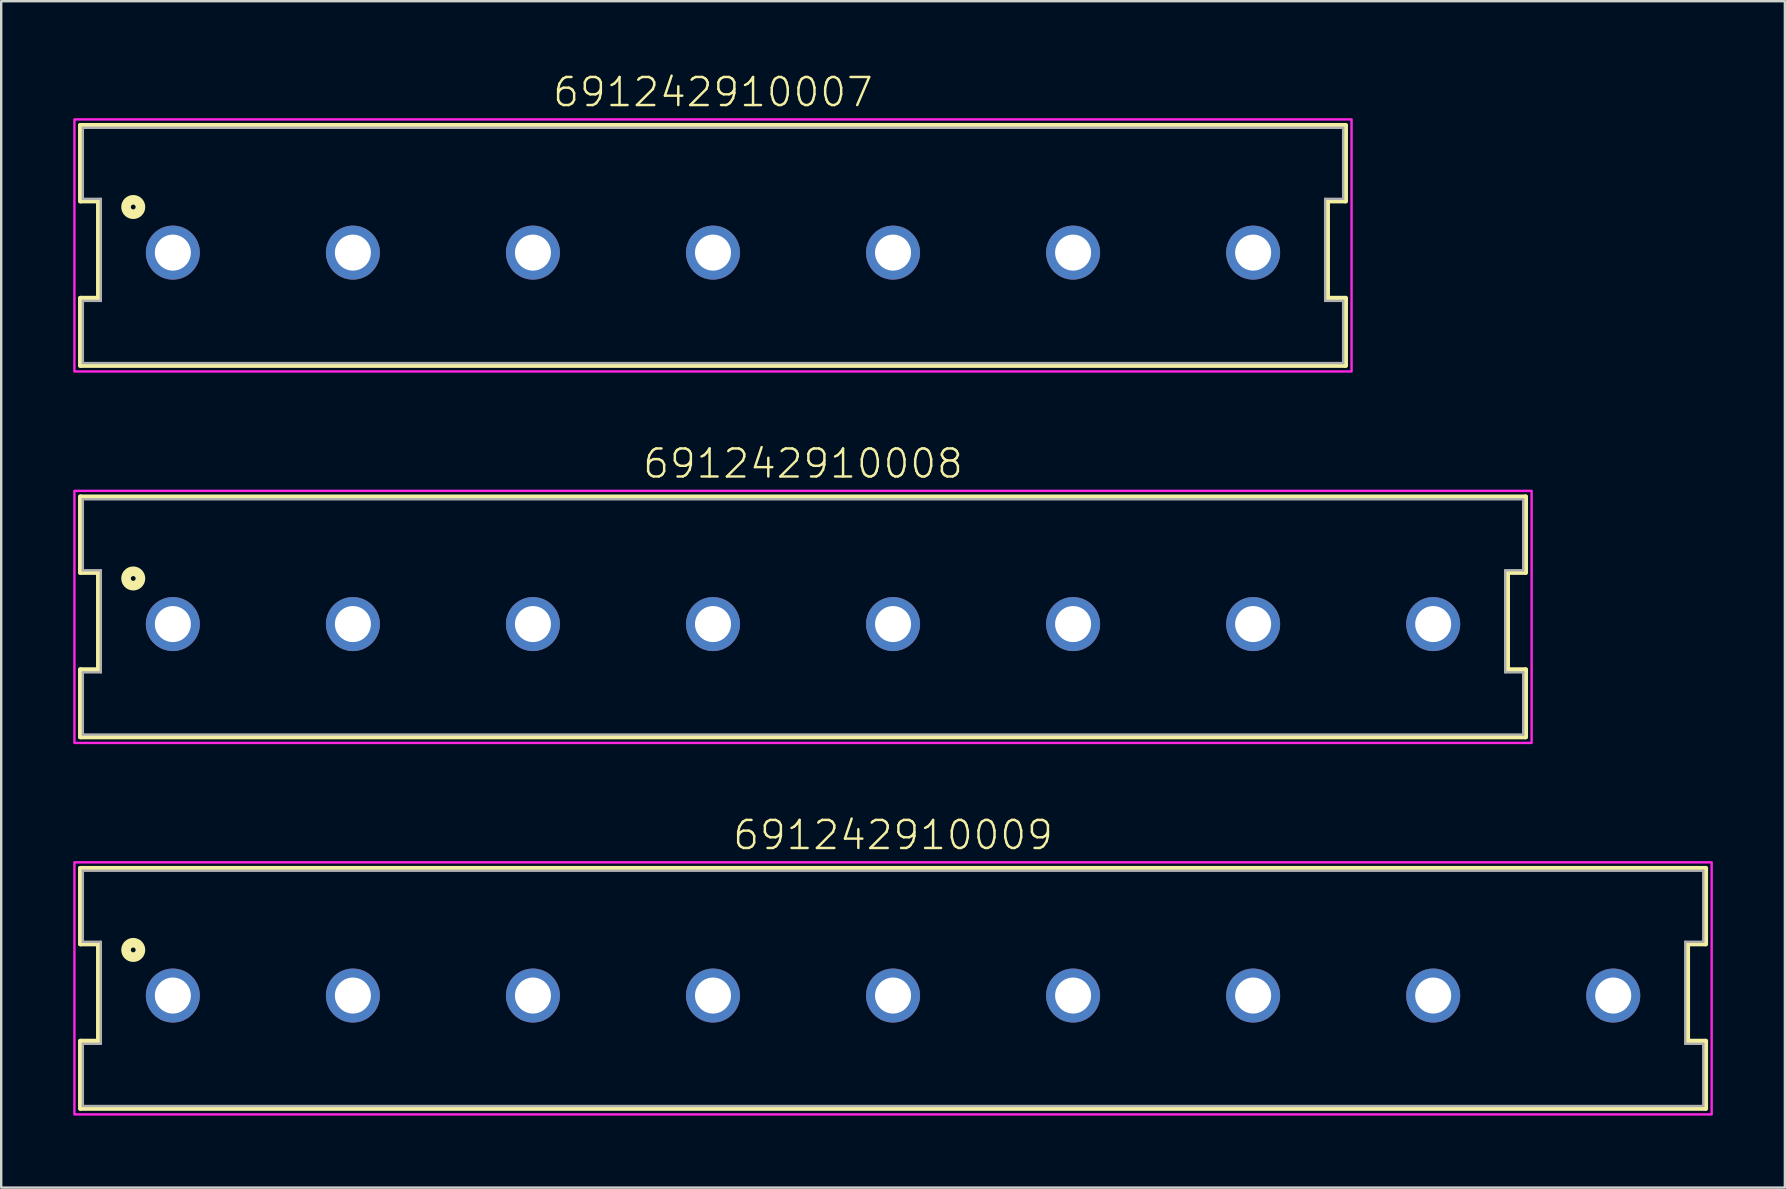
<source format=kicad_pcb>
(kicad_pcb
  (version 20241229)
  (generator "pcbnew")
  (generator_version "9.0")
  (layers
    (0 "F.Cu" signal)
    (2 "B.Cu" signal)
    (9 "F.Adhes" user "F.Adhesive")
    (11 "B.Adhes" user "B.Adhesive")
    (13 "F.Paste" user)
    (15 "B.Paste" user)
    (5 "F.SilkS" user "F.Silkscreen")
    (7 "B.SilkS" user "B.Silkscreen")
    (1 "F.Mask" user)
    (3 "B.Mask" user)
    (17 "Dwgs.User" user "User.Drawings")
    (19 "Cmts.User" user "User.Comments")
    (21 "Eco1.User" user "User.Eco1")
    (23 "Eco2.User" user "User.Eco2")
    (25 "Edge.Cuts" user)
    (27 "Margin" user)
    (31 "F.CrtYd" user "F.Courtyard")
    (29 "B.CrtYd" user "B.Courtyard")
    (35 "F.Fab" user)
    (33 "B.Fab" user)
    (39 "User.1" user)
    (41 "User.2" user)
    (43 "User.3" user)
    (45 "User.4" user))
  (footprint "691242910008"
    (layer "F.Cu")
    (at 30.4 22.946)
    (property "Reference" "691242910008" (at 0 -6 0) (unlocked yes) (layer "F.SilkS") (effects (font (size 1.168 1.168) (thickness 0.102)) (justify bottom)))
    (fp_line (start -30.1 -5.3) (end 30.1 -5.3) (stroke (width 0.2) (type solid)) (layer "F.SilkS"))
    (fp_line (start -30.1 -2.15) (end -30.1 -5.3) (stroke (width 0.2) (type solid)) (layer "F.SilkS"))
    (fp_line (start -30.1 1.9) (end -29.35 1.9) (stroke (width 0.2) (type solid)) (layer "F.SilkS"))
    (fp_line (start -30.1 4.7) (end -30.1 1.9) (stroke (width 0.2) (type solid)) (layer "F.SilkS"))
    (fp_line (start -29.35 -2.15) (end -30.1 -2.15) (stroke (width 0.2) (type solid)) (layer "F.SilkS"))
    (fp_line (start -29.35 1.9) (end -29.35 -2.15) (stroke (width 0.2) (type solid)) (layer "F.SilkS"))
    (fp_line (start 29.35 -2.15) (end 29.35 1.9) (stroke (width 0.2) (type solid)) (layer "F.SilkS"))
    (fp_line (start 29.35 1.9) (end 30.1 1.9) (stroke (width 0.2) (type solid)) (layer "F.SilkS"))
    (fp_line (start 30.1 -5.3) (end 30.1 -2.15) (stroke (width 0.2) (type solid)) (layer "F.SilkS"))
    (fp_line (start 30.1 -2.15) (end 29.35 -2.15) (stroke (width 0.2) (type solid)) (layer "F.SilkS"))
    (fp_line (start 30.1 1.9) (end 30.1 4.7) (stroke (width 0.2) (type solid)) (layer "F.SilkS"))
    (fp_line (start 30.1 4.7) (end -30.1 4.7) (stroke (width 0.2) (type solid)) (layer "F.SilkS"))
    (fp_circle (center -27.9 -1.9) (end -27.8 -1.9) (stroke (width 0.4) (type solid)) (fill no) (layer "F.SilkS"))
    (fp_poly (pts (xy 30.35 4.95) (xy -30.35 4.95) (xy -30.35 -5.55) (xy 30.35 -5.55)) (stroke (width 0.1) (type default)) (fill no) (layer "F.CrtYd"))
    (fp_line (start -30 -5.2) (end -30 -2.24) (stroke (width 0.1) (type solid)) (layer "F.Fab"))
    (fp_line (start -30 -5.2) (end 30 -5.2) (stroke (width 0.1) (type solid)) (layer "F.Fab"))
    (fp_line (start -30 -2.24) (end -29.25 -2.24) (stroke (width 0.1) (type solid)) (layer "F.Fab"))
    (fp_line (start -30 2.01) (end -30 4.6) (stroke (width 0.1) (type solid)) (layer "F.Fab"))
    (fp_line (start -30 4.6) (end 30 4.6) (stroke (width 0.1) (type solid)) (layer "F.Fab"))
    (fp_line (start -29.25 -2.24) (end -29.25 2.01) (stroke (width 0.1) (type solid)) (layer "F.Fab"))
    (fp_line (start -29.25 2.01) (end -30 2.01) (stroke (width 0.1) (type solid)) (layer "F.Fab"))
    (fp_line (start 29.25 -2.24) (end 29.25 2.01) (stroke (width 0.1) (type solid)) (layer "F.Fab"))
    (fp_line (start 29.25 2.01) (end 30 2.01) (stroke (width 0.1) (type solid)) (layer "F.Fab"))
    (fp_line (start 30 -5.2) (end 30 -2.24) (stroke (width 0.1) (type solid)) (layer "F.Fab"))
    (fp_line (start 30 -2.24) (end 29.25 -2.24) (stroke (width 0.1) (type solid)) (layer "F.Fab"))
    (fp_line (start 30 2.01) (end 30 4.6) (stroke (width 0.1) (type solid)) (layer "F.Fab"))
    (pad "1" thru_hole circle (at -26.25 0) (size 2.25 2.25) (drill 1.5) (layers "*.Cu" "*.Mask"))
    (pad "2" thru_hole circle (at -18.75 0) (size 2.25 2.25) (drill 1.5) (layers "*.Cu" "*.Mask"))
    (pad "3" thru_hole circle (at -11.25 0) (size 2.25 2.25) (drill 1.5) (layers "*.Cu" "*.Mask"))
    (pad "4" thru_hole circle (at -3.75 0) (size 2.25 2.25) (drill 1.5) (layers "*.Cu" "*.Mask"))
    (pad "5" thru_hole circle (at 3.75 0) (size 2.25 2.25) (drill 1.5) (layers "*.Cu" "*.Mask"))
    (pad "6" thru_hole circle (at 11.25 0) (size 2.25 2.25) (drill 1.5) (layers "*.Cu" "*.Mask"))
    (pad "7" thru_hole circle (at 18.75 0) (size 2.25 2.25) (drill 1.5) (layers "*.Cu" "*.Mask"))
    (pad "8" thru_hole circle (at 26.25 0) (size 2.25 2.25) (drill 1.5) (layers "*.Cu" "*.Mask")))
  (footprint "691242910007"
    (layer "F.Cu")
    (at 26.65 7.473)
    (property "Reference" "691242910007" (at 0 -6 0) (unlocked yes) (layer "F.SilkS") (effects (font (size 1.168 1.168) (thickness 0.102)) (justify bottom)))
    (fp_line (start -26.35 -5.3) (end 26.35 -5.3) (stroke (width 0.2) (type solid)) (layer "F.SilkS"))
    (fp_line (start -26.35 -2.15) (end -26.35 -5.3) (stroke (width 0.2) (type solid)) (layer "F.SilkS"))
    (fp_line (start -26.35 1.9) (end -25.6 1.9) (stroke (width 0.2) (type solid)) (layer "F.SilkS"))
    (fp_line (start -26.35 4.7) (end -26.35 1.9) (stroke (width 0.2) (type solid)) (layer "F.SilkS"))
    (fp_line (start -25.6 -2.15) (end -26.35 -2.15) (stroke (width 0.2) (type solid)) (layer "F.SilkS"))
    (fp_line (start -25.6 1.9) (end -25.6 -2.15) (stroke (width 0.2) (type solid)) (layer "F.SilkS"))
    (fp_line (start 25.6 -2.15) (end 25.6 1.9) (stroke (width 0.2) (type solid)) (layer "F.SilkS"))
    (fp_line (start 25.6 1.9) (end 26.35 1.9) (stroke (width 0.2) (type solid)) (layer "F.SilkS"))
    (fp_line (start 26.35 -5.3) (end 26.35 -2.15) (stroke (width 0.2) (type solid)) (layer "F.SilkS"))
    (fp_line (start 26.35 -2.15) (end 25.6 -2.15) (stroke (width 0.2) (type solid)) (layer "F.SilkS"))
    (fp_line (start 26.35 1.9) (end 26.35 4.7) (stroke (width 0.2) (type solid)) (layer "F.SilkS"))
    (fp_line (start 26.35 4.7) (end -26.35 4.7) (stroke (width 0.2) (type solid)) (layer "F.SilkS"))
    (fp_circle (center -24.15 -1.9) (end -24.05 -1.9) (stroke (width 0.4) (type solid)) (fill no) (layer "F.SilkS"))
    (fp_poly (pts (xy 26.6 4.95) (xy -26.6 4.95) (xy -26.6 -5.55) (xy 26.6 -5.55)) (stroke (width 0.1) (type default)) (fill no) (layer "F.CrtYd"))
    (fp_line (start -26.25 -5.2) (end -26.25 -2.24) (stroke (width 0.1) (type solid)) (layer "F.Fab"))
    (fp_line (start -26.25 -5.2) (end 26.25 -5.2) (stroke (width 0.1) (type solid)) (layer "F.Fab"))
    (fp_line (start -26.25 -2.24) (end -25.5 -2.24) (stroke (width 0.1) (type solid)) (layer "F.Fab"))
    (fp_line (start -26.25 2.01) (end -26.25 4.6) (stroke (width 0.1) (type solid)) (layer "F.Fab"))
    (fp_line (start -26.25 4.6) (end 26.25 4.6) (stroke (width 0.1) (type solid)) (layer "F.Fab"))
    (fp_line (start -25.5 -2.24) (end -25.5 2.01) (stroke (width 0.1) (type solid)) (layer "F.Fab"))
    (fp_line (start -25.5 2.01) (end -26.25 2.01) (stroke (width 0.1) (type solid)) (layer "F.Fab"))
    (fp_line (start 25.5 -2.24) (end 25.5 2.01) (stroke (width 0.1) (type solid)) (layer "F.Fab"))
    (fp_line (start 25.5 2.01) (end 26.25 2.01) (stroke (width 0.1) (type solid)) (layer "F.Fab"))
    (fp_line (start 26.25 -5.2) (end 26.25 -2.24) (stroke (width 0.1) (type solid)) (layer "F.Fab"))
    (fp_line (start 26.25 -2.24) (end 25.5 -2.24) (stroke (width 0.1) (type solid)) (layer "F.Fab"))
    (fp_line (start 26.25 2.01) (end 26.25 4.6) (stroke (width 0.1) (type solid)) (layer "F.Fab"))
    (pad "1" thru_hole circle (at -22.5 0) (size 2.25 2.25) (drill 1.5) (layers "*.Cu" "*.Mask"))
    (pad "2" thru_hole circle (at -15 0) (size 2.25 2.25) (drill 1.5) (layers "*.Cu" "*.Mask"))
    (pad "3" thru_hole circle (at -7.5 0) (size 2.25 2.25) (drill 1.5) (layers "*.Cu" "*.Mask"))
    (pad "4" thru_hole circle (at 0 0) (size 2.25 2.25) (drill 1.5) (layers "*.Cu" "*.Mask"))
    (pad "5" thru_hole circle (at 7.5 0) (size 2.25 2.25) (drill 1.5) (layers "*.Cu" "*.Mask"))
    (pad "6" thru_hole circle (at 15 0) (size 2.25 2.25) (drill 1.5) (layers "*.Cu" "*.Mask"))
    (pad "7" thru_hole circle (at 22.5 0) (size 2.25 2.25) (drill 1.5) (layers "*.Cu" "*.Mask")))
  (footprint "691242910009"
    (layer "F.Cu")
    (at 34.15 38.42)
    (property "Reference" "691242910009" (at 0 -6 0) (unlocked yes) (layer "F.SilkS") (effects (font (size 1.168 1.168) (thickness 0.102)) (justify bottom)))
    (fp_line (start -33.85 -5.3) (end 33.85 -5.3) (stroke (width 0.2) (type solid)) (layer "F.SilkS"))
    (fp_line (start -33.85 -2.15) (end -33.85 -5.3) (stroke (width 0.2) (type solid)) (layer "F.SilkS"))
    (fp_line (start -33.85 1.9) (end -33.1 1.9) (stroke (width 0.2) (type solid)) (layer "F.SilkS"))
    (fp_line (start -33.85 4.7) (end -33.85 1.9) (stroke (width 0.2) (type solid)) (layer "F.SilkS"))
    (fp_line (start -33.1 -2.15) (end -33.85 -2.15) (stroke (width 0.2) (type solid)) (layer "F.SilkS"))
    (fp_line (start -33.1 1.9) (end -33.1 -2.15) (stroke (width 0.2) (type solid)) (layer "F.SilkS"))
    (fp_line (start 33.1 -2.15) (end 33.1 1.9) (stroke (width 0.2) (type solid)) (layer "F.SilkS"))
    (fp_line (start 33.1 1.9) (end 33.85 1.9) (stroke (width 0.2) (type solid)) (layer "F.SilkS"))
    (fp_line (start 33.85 -5.3) (end 33.85 -2.15) (stroke (width 0.2) (type solid)) (layer "F.SilkS"))
    (fp_line (start 33.85 -2.15) (end 33.1 -2.15) (stroke (width 0.2) (type solid)) (layer "F.SilkS"))
    (fp_line (start 33.85 1.9) (end 33.85 4.7) (stroke (width 0.2) (type solid)) (layer "F.SilkS"))
    (fp_line (start 33.85 4.7) (end -33.85 4.7) (stroke (width 0.2) (type solid)) (layer "F.SilkS"))
    (fp_circle (center -31.65 -1.9) (end -31.55 -1.9) (stroke (width 0.4) (type solid)) (fill no) (layer "F.SilkS"))
    (fp_poly (pts (xy 34.1 4.95) (xy -34.1 4.95) (xy -34.1 -5.55) (xy 34.1 -5.55)) (stroke (width 0.1) (type default)) (fill no) (layer "F.CrtYd"))
    (fp_line (start -33.75 -5.2) (end -33.75 -2.24) (stroke (width 0.1) (type solid)) (layer "F.Fab"))
    (fp_line (start -33.75 -5.2) (end 33.75 -5.2) (stroke (width 0.1) (type solid)) (layer "F.Fab"))
    (fp_line (start -33.75 -2.24) (end -33 -2.24) (stroke (width 0.1) (type solid)) (layer "F.Fab"))
    (fp_line (start -33.75 2.01) (end -33.75 4.6) (stroke (width 0.1) (type solid)) (layer "F.Fab"))
    (fp_line (start -33.75 4.6) (end 33.75 4.6) (stroke (width 0.1) (type solid)) (layer "F.Fab"))
    (fp_line (start -33 -2.24) (end -33 2.01) (stroke (width 0.1) (type solid)) (layer "F.Fab"))
    (fp_line (start -33 2.01) (end -33.75 2.01) (stroke (width 0.1) (type solid)) (layer "F.Fab"))
    (fp_line (start 33 -2.24) (end 33 2.01) (stroke (width 0.1) (type solid)) (layer "F.Fab"))
    (fp_line (start 33 2.01) (end 33.75 2.01) (stroke (width 0.1) (type solid)) (layer "F.Fab"))
    (fp_line (start 33.75 -5.2) (end 33.75 -2.24) (stroke (width 0.1) (type solid)) (layer "F.Fab"))
    (fp_line (start 33.75 -2.24) (end 33 -2.24) (stroke (width 0.1) (type solid)) (layer "F.Fab"))
    (fp_line (start 33.75 2.01) (end 33.75 4.6) (stroke (width 0.1) (type solid)) (layer "F.Fab"))
    (pad "1" thru_hole circle (at -30 0) (size 2.25 2.25) (drill 1.5) (layers "*.Cu" "*.Mask"))
    (pad "2" thru_hole circle (at -22.5 0) (size 2.25 2.25) (drill 1.5) (layers "*.Cu" "*.Mask"))
    (pad "3" thru_hole circle (at -15 0) (size 2.25 2.25) (drill 1.5) (layers "*.Cu" "*.Mask"))
    (pad "4" thru_hole circle (at -7.5 0) (size 2.25 2.25) (drill 1.5) (layers "*.Cu" "*.Mask"))
    (pad "5" thru_hole circle (at 0 0) (size 2.25 2.25) (drill 1.5) (layers "*.Cu" "*.Mask"))
    (pad "6" thru_hole circle (at 7.5 0) (size 2.25 2.25) (drill 1.5) (layers "*.Cu" "*.Mask"))
    (pad "7" thru_hole circle (at 15 0) (size 2.25 2.25) (drill 1.5) (layers "*.Cu" "*.Mask"))
    (pad "8" thru_hole circle (at 22.5 0) (size 2.25 2.25) (drill 1.5) (layers "*.Cu" "*.Mask"))
    (pad "9" thru_hole circle (at 30 0) (size 2.25 2.25) (drill 1.5) (layers "*.Cu" "*.Mask")))
  (gr_rect
    (start -3 -3)
    (end 71.3 46.42)
    (stroke (width 0.1) (type default))
    (fill no)
    (layer "Edge.Cuts")))
</source>
